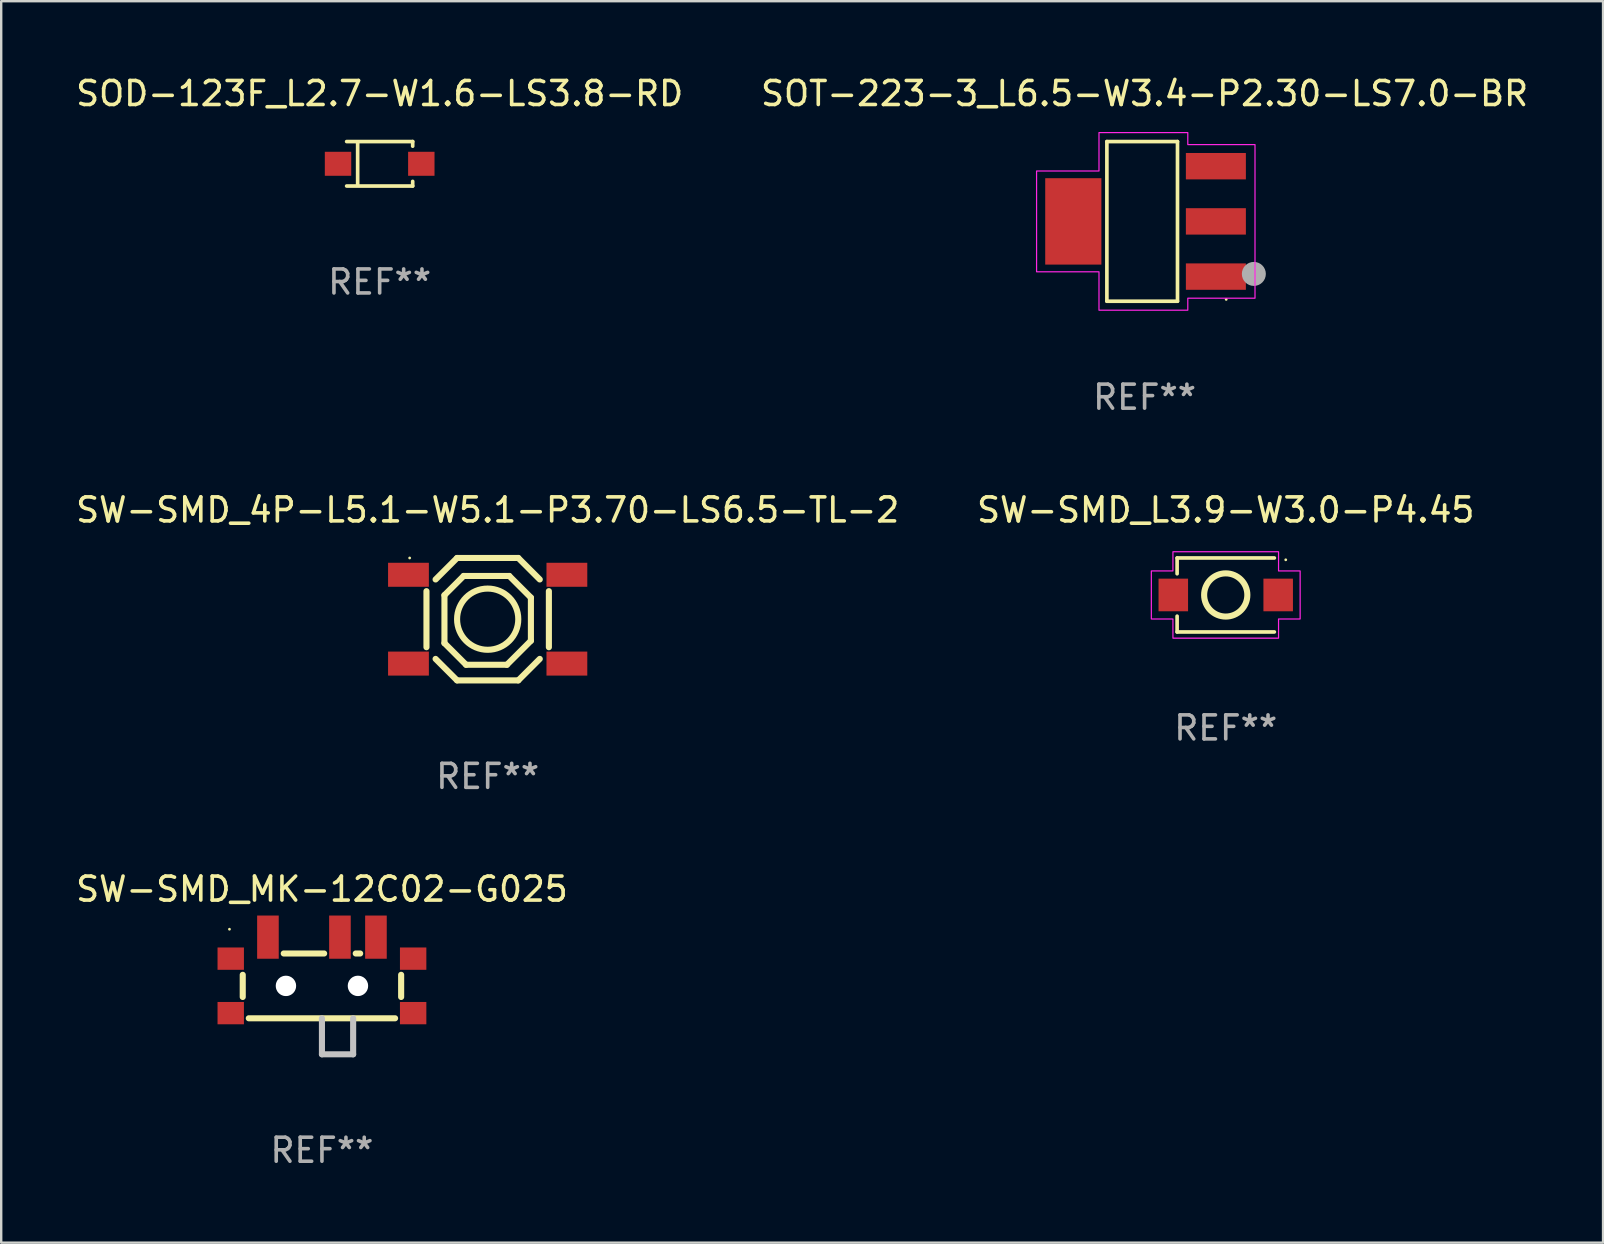
<source format=kicad_pcb>
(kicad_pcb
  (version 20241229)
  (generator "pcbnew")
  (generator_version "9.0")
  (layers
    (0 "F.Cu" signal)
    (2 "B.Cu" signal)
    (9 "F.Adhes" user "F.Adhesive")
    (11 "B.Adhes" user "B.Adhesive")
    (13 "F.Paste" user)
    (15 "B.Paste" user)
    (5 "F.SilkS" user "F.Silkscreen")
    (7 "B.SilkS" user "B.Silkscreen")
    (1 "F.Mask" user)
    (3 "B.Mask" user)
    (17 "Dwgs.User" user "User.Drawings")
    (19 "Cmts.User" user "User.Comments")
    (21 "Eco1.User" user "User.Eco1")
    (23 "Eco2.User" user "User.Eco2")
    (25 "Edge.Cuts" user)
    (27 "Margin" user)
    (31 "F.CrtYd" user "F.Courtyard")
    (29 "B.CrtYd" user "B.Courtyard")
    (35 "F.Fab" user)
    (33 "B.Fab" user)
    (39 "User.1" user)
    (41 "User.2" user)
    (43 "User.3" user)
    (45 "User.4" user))
  (footprint "SOT-223-3_L6.5-W3.4-P2.30-LS7.0-BR"
    (layer "F.Cu")
    (at 44.637 6.174)
    (property "Reference" "SOT-223-3_L6.5-W3.4-P2.30-LS7.0-BR" (at -0.000013 -5.326 0) (layer "F.SilkS") (effects (font (size 1 1) (thickness 0.15))))
    (attr smd)
    (fp_line (start -1.571 -3.326) (end 1.371 -3.326) (stroke (width 0.152) (type solid)) (layer "F.SilkS"))
    (fp_line (start -1.571 3.326) (end -1.571 -3.326) (stroke (width 0.152) (type solid)) (layer "F.SilkS"))
    (fp_line (start 1.371 -3.326) (end 1.371 3.326) (stroke (width 0.152) (type solid)) (layer "F.SilkS"))
    (fp_line (start 1.371 3.326) (end -1.571 3.326) (stroke (width 0.152) (type solid)) (layer "F.SilkS"))
    (fp_circle (center 3.4 3.25) (end 3.43 3.25) (stroke (width 0.06) (type solid)) (fill no) (layer "F.SilkS"))
    (fp_poly (pts (xy -4.5 -2.1) (xy -1.9 -2.1) (xy -1.9 -3.7) (xy 1.8 -3.7) (xy 1.8 -3.2) (xy 4.6 -3.2) (xy 4.6 3.2) (xy 1.8 3.2) (xy 1.8 3.7) (xy -1.9 3.7) (xy -1.9 2.1) (xy -4.5 2.1)) (stroke (width 0.05) (type solid)) (fill no) (layer "F.CrtYd"))
    (fp_circle (center 4.552 2.188) (end 4.802 2.188) (stroke (width 0.5) (type solid)) (fill no) (layer "F.Fab"))
    (fp_text user "REF**" (at -0.000013 7.326 0) (layer "F.Fab") (effects (font (size 1 1) (thickness 0.15))))
    (pad "1" smd rect (at 2.97 2.3) (size 2.5 1.1) (layers "F.Cu" "F.Mask" "F.Paste"))
    (pad "2" smd rect (at 2.97 0) (size 2.5 1.1) (layers "F.Cu" "F.Mask" "F.Paste"))
    (pad "3" smd rect (at 2.97 -2.3) (size 2.5 1.1) (layers "F.Cu" "F.Mask" "F.Paste"))
    (pad "4" smd rect (at -2.97 0) (size 2.34 3.6) (layers "F.Cu" "F.Mask" "F.Paste")))
  (footprint "SW-SMD_MK-12C02-G025"
    (layer "F.Cu")
    (at 10.363 37.577)
    (property "Reference" "SW-SMD_MK-12C02-G025" (at 0 -3.583 0) (layer "F.SilkS") (effects (font (size 1 1) (thickness 0.15))))
    (attr through_hole)
    (fp_line (start -3.3 0.91) (end -3.3 -0.014) (stroke (width 0.254) (type solid)) (layer "F.SilkS"))
    (fp_line (start 0.092 -0.902) (end -1.592 -0.902) (stroke (width 0.254) (type solid)) (layer "F.SilkS"))
    (fp_line (start 1.592 -0.902) (end 1.408 -0.902) (stroke (width 0.254) (type solid)) (layer "F.SilkS"))
    (fp_line (start 3.048 1.798) (end -3.048 1.798) (stroke (width 0.254) (type solid)) (layer "F.SilkS"))
    (fp_line (start 3.3 0.91) (end 3.3 -0.014) (stroke (width 0.254) (type solid)) (layer "F.SilkS"))
    (fp_circle (center -3.853 -1.913) (end -3.823 -1.913) (stroke (width 0.06) (type solid)) (fill no) (layer "F.SilkS"))
    (fp_line (start -0.000127 3.298) (end -0.000127 1.798) (stroke (width 0.254) (type solid)) (layer "Dwgs.User"))
    (fp_line (start 1.3 1.798) (end 1.3 3.298) (stroke (width 0.254) (type solid)) (layer "Dwgs.User"))
    (fp_line (start 1.3 3.298) (end -0.000127 3.298) (stroke (width 0.254) (type solid)) (layer "Dwgs.User"))
    (fp_circle (center -1.5 0.448) (end -1.3 0.448) (stroke (width 0.4) (type solid)) (fill no) (layer "F.Fab"))
    (fp_circle (center 1.5 0.448) (end 1.7 0.448) (stroke (width 0.4) (type solid)) (fill no) (layer "F.Fab"))
    (fp_text user "REF**" (at 0 7.298 0) (layer "F.Fab") (effects (font (size 1 1) (thickness 0.15))))
    (pad "" np_thru_hole circle (at -1.5 0.448) (size 0.85 0.85) (drill 0.85) (layers "*.Cu" "*.Mask"))
    (pad "" np_thru_hole circle (at 1.5 0.448) (size 0.85 0.85) (drill 0.85) (layers "*.Cu" "*.Mask"))
    (pad "1" smd rect (at -2.25 -1.583) (size 0.9 1.8) (layers "F.Cu" "F.Mask" "F.Paste"))
    (pad "2" smd rect (at 0.75 -1.583) (size 0.9 1.8) (layers "F.Cu" "F.Mask" "F.Paste"))
    (pad "3" smd rect (at 2.25 -1.583) (size 0.9 1.8) (layers "F.Cu" "F.Mask" "F.Paste"))
    (pad "4" smd rect (at 3.8 -0.687) (size 1.1 0.93) (layers "F.Cu" "F.Mask" "F.Paste"))
    (pad "5" smd rect (at 3.8 1.583) (size 1.1 0.93) (layers "F.Cu" "F.Mask" "F.Paste"))
    (pad "6" smd rect (at -3.8 1.583) (size 1.1 0.93) (layers "F.Cu" "F.Mask" "F.Paste"))
    (pad "7" smd rect (at -3.8 -0.687) (size 1.1 0.93) (layers "F.Cu" "F.Mask" "F.Paste")))
  (footprint "SOD-123F_L2.7-W1.6-LS3.8-RD"
    (layer "F.Cu")
    (at 12.768 3.774)
    (property "Reference" "SOD-123F_L2.7-W1.6-LS3.8-RD" (at 0 -2.926 0) (layer "F.SilkS") (effects (font (size 1 1) (thickness 0.15))))
    (attr through_hole)
    (fp_line (start -1.376 -0.926) (end 1.376 -0.926) (stroke (width 0.152) (type solid)) (layer "F.SilkS"))
    (fp_line (start -1.376 0.926) (end 1.376 0.926) (stroke (width 0.152) (type solid)) (layer "F.SilkS"))
    (fp_line (start -0.917 -0.876) (end -0.917 0.876) (stroke (width 0.152) (type solid)) (layer "F.SilkS"))
    (fp_line (start 1.376 -0.926) (end 1.376 -0.733) (stroke (width 0.152) (type solid)) (layer "F.SilkS"))
    (fp_line (start 1.376 0.926) (end 1.376 0.733) (stroke (width 0.152) (type solid)) (layer "F.SilkS"))
    (fp_text user "REF**" (at 0 4.926 0) (layer "F.Fab") (effects (font (size 1 1) (thickness 0.15))))
    (pad "1" smd rect (at -1.735 0) (size 1.1 1) (layers "F.Cu" "F.Mask" "F.Paste"))
    (pad "2" smd rect (at 1.735 0) (size 1.1 1) (layers "F.Cu" "F.Mask" "F.Paste")))
  (footprint "SW-SMD_4P-L5.1-W5.1-P3.70-LS6.5-TL-2"
    (layer "F.Cu")
    (at 17.268 22.747)
    (property "Reference" "SW-SMD_4P-L5.1-W5.1-P3.70-LS6.5-TL-2" (at 0 -4.55 0) (layer "F.SilkS") (effects (font (size 1 1) (thickness 0.15))))
    (attr smd)
    (fp_line (start -2.55 -1.168) (end -2.55 1.168) (stroke (width 0.254) (type solid)) (layer "F.SilkS"))
    (fp_line (start -2.17 1.655) (end -1.275 2.55) (stroke (width 0.254) (type solid)) (layer "F.SilkS"))
    (fp_line (start -1.801 -1.001) (end -1.001 -1.801) (stroke (width 0.254) (type solid)) (layer "F.SilkS"))
    (fp_line (start -1.801 0.998) (end -1.801 -1.001) (stroke (width 0.254) (type solid)) (layer "F.SilkS"))
    (fp_line (start -1.275 -2.55) (end -2.17 -1.655) (stroke (width 0.254) (type solid)) (layer "F.SilkS"))
    (fp_line (start -1.275 -2.55) (end 1.275 -2.55) (stroke (width 0.254) (type solid)) (layer "F.SilkS"))
    (fp_line (start -1.275 2.55) (end 1.275 2.55) (stroke (width 0.254) (type solid)) (layer "F.SilkS"))
    (fp_line (start -1.001 -1.801) (end 0.899 -1.801) (stroke (width 0.254) (type solid)) (layer "F.SilkS"))
    (fp_line (start -0.899 1.9) (end -1.801 0.998) (stroke (width 0.254) (type solid)) (layer "F.SilkS"))
    (fp_line (start 0.8 1.9) (end -0.899 1.9) (stroke (width 0.254) (type solid)) (layer "F.SilkS"))
    (fp_line (start 0.899 -1.801) (end 1.801 -0.899) (stroke (width 0.254) (type solid)) (layer "F.SilkS"))
    (fp_line (start 1.275 -2.55) (end 2.17 -1.655) (stroke (width 0.254) (type solid)) (layer "F.SilkS"))
    (fp_line (start 1.801 -0.899) (end 1.801 0.899) (stroke (width 0.254) (type solid)) (layer "F.SilkS"))
    (fp_line (start 1.801 0.899) (end 0.8 1.9) (stroke (width 0.254) (type solid)) (layer "F.SilkS"))
    (fp_line (start 2.17 1.655) (end 1.275 2.55) (stroke (width 0.254) (type solid)) (layer "F.SilkS"))
    (fp_line (start 2.55 -1.168) (end 2.55 1.168) (stroke (width 0.254) (type solid)) (layer "F.SilkS"))
    (fp_circle (center -3.25 -2.55) (end -3.22 -2.55) (stroke (width 0.06) (type solid)) (fill no) (layer "F.SilkS"))
    (fp_circle (center 0 0) (end 1.275 0) (stroke (width 0.254) (type solid)) (fill no) (layer "F.SilkS"))
    (fp_text user "REF**" (at 0 6.55 0) (layer "F.Fab") (effects (font (size 1 1) (thickness 0.15))))
    (pad "1" smd rect (at -3.3 -1.85) (size 1.7 1) (layers "F.Cu" "F.Mask" "F.Paste"))
    (pad "1" smd rect (at 3.3 -1.85) (size 1.7 1) (layers "F.Cu" "F.Mask" "F.Paste"))
    (pad "2" smd rect (at -3.3 1.85) (size 1.7 1) (layers "F.Cu" "F.Mask" "F.Paste"))
    (pad "2" smd rect (at 3.3 1.85) (size 1.7 1) (layers "F.Cu" "F.Mask" "F.Paste")))
  (footprint "SW-SMD_L3.9-W3.0-P4.45"
    (layer "F.Cu")
    (at 48.018 21.738)
    (property "Reference" "SW-SMD_L3.9-W3.0-P4.45" (at 0 -3.541 0) (layer "F.SilkS") (effects (font (size 1 1) (thickness 0.15))))
    (attr smd)
    (fp_line (start -2.026 -1.541) (end -2.026 -0.883) (stroke (width 0.152) (type solid)) (layer "F.SilkS"))
    (fp_line (start -2.026 1.541) (end -2.026 0.883) (stroke (width 0.152) (type solid)) (layer "F.SilkS"))
    (fp_line (start 2.026 -1.541) (end -2.026 -1.541) (stroke (width 0.152) (type solid)) (layer "F.SilkS"))
    (fp_line (start 2.026 1.541) (end -2.026 1.541) (stroke (width 0.152) (type solid)) (layer "F.SilkS"))
    (fp_circle (center -0.000025 -0.000025) (end 0.9 -0.000025) (stroke (width 0.254) (type solid)) (fill no) (layer "F.SilkS"))
    (fp_circle (center 2.5 -1.465) (end 2.53 -1.465) (stroke (width 0.06) (type solid)) (fill no) (layer "F.SilkS"))
    (fp_poly (pts (xy -3.1 -1) (xy -2.2 -1) (xy -2.2 -1.8) (xy 2.2 -1.8) (xy 2.2 -1) (xy 3.1 -1) (xy 3.1 1) (xy 2.2 1) (xy 2.2 1.8) (xy -2.2 1.8) (xy -2.2 1) (xy -3.1 1)) (stroke (width 0.05) (type solid)) (fill no) (layer "F.CrtYd"))
    (fp_text user "REF**" (at 0 5.541 0) (layer "F.Fab") (effects (font (size 1 1) (thickness 0.15))))
    (pad "1" smd rect (at -2.185 0) (size 1.23 1.36) (layers "F.Cu" "F.Mask" "F.Paste"))
    (pad "2" smd rect (at 2.185 0) (size 1.23 1.36) (layers "F.Cu" "F.Mask" "F.Paste")))
  (gr_rect
    (start -3 -3)
    (end 63.738 48.724)
    (stroke (width 0.1) (type default))
    (fill no)
    (layer "Edge.Cuts")))
</source>
